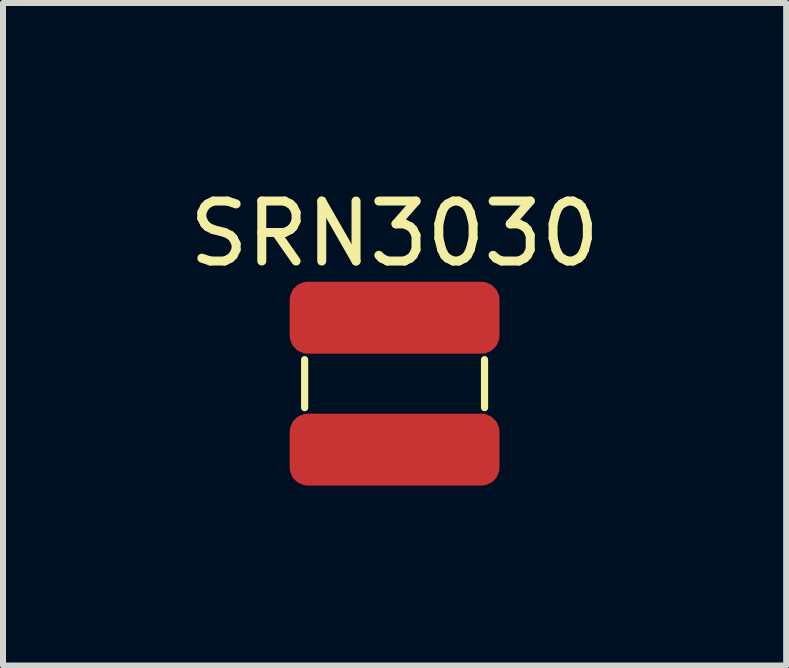
<source format=kicad_pcb>
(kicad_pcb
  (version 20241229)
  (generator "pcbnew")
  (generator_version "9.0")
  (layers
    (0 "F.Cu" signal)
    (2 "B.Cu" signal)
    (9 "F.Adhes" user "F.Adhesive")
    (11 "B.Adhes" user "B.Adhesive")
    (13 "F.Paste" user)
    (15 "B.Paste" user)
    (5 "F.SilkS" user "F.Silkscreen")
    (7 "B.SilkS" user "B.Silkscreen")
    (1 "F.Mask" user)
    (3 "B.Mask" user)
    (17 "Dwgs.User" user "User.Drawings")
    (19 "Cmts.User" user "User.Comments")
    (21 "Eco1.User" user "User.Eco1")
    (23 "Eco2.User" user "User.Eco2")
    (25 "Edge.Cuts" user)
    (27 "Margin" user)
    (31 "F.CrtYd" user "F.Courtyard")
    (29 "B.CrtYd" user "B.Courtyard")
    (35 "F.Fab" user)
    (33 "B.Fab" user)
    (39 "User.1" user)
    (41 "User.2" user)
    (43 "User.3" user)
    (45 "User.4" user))
  (footprint "SRN3030"
    (layer "F.Cu")
    (at 3.53 3.348)
    (property "Reference" "SRN3030" (at 0 -2.5 0) (layer "F.SilkS") (effects (font (size 1 1) (thickness 0.15))))
    (attr through_hole)
    (fp_line (start -1.5 -0.4) (end -1.5 0.4) (stroke (width 0.12) (type solid)) (layer "F.SilkS"))
    (fp_line (start 1.5 -0.4) (end 1.5 0.4) (stroke (width 0.12) (type solid)) (layer "F.SilkS"))
    (pad "1" smd roundrect (at 0 -1.1) (size 3.5 1.2) (layers "F.Cu" "F.Mask" "F.Paste") (roundrect_rratio 0.25))
    (pad "2" smd roundrect (at 0 1.1) (size 3.5 1.2) (layers "F.Cu" "F.Mask" "F.Paste") (roundrect_rratio 0.25)))
  (gr_rect
    (start -3 -3)
    (end 10.06 8.048)
    (stroke (width 0.1) (type default))
    (fill no)
    (layer "Edge.Cuts")))
</source>
